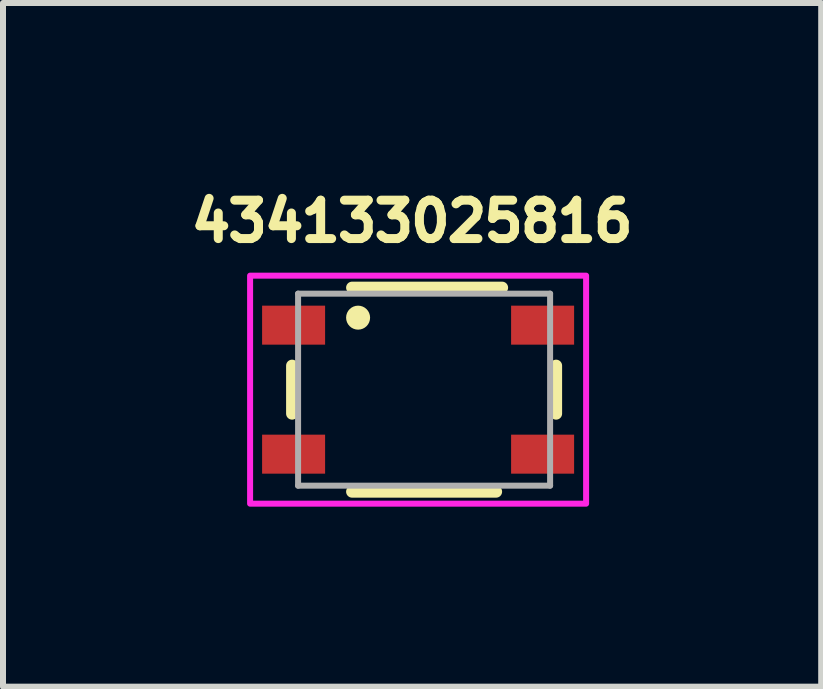
<source format=kicad_pcb>
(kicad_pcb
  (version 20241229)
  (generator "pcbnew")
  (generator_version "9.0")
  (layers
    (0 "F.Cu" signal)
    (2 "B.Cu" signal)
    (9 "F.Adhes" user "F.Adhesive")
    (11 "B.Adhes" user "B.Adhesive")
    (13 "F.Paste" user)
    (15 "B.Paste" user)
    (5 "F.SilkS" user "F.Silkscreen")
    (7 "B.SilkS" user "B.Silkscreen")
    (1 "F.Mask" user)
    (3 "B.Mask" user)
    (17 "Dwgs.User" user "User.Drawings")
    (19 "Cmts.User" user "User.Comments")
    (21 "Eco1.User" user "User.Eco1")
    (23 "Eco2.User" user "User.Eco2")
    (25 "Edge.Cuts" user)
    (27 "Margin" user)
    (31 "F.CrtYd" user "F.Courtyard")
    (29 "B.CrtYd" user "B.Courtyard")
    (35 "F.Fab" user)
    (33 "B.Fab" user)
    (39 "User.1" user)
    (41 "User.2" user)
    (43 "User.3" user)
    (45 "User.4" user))
  (footprint "434133025816"
    (layer "F.Cu")
    (at 3.918 3.444)
    (property "Reference" "434133025816" (at -0.1 -2.806 0) (layer "F.SilkS") (effects (font (size 0.64 0.64) (thickness 0.15))))
    (attr smd)
    (fp_line (start -2.1 -0.4) (end -2.1 0.4) (stroke (width 0.2) (type solid)) (layer "F.SilkS"))
    (fp_line (start -1.1 -1.7) (end 1.4 -1.7) (stroke (width 0.2) (type solid)) (layer "F.SilkS"))
    (fp_line (start -1.1 1.7) (end 1.3 1.7) (stroke (width 0.2) (type solid)) (layer "F.SilkS"))
    (fp_line (start 2.3 -0.4) (end 2.3 0.4) (stroke (width 0.2) (type solid)) (layer "F.SilkS"))
    (fp_circle (center -1 -1.2) (end -0.9 -1.2) (stroke (width 0.2) (type solid)) (fill no) (layer "F.SilkS"))
    (fp_poly (pts (xy -2.8 -1.9) (xy 2.8 -1.9) (xy 2.8 1.9) (xy -2.8 1.9)) (stroke (width 0.1) (type solid)) (fill no) (layer "F.CrtYd"))
    (fp_line (start -2 -1.6) (end 2.2 -1.6) (stroke (width 0.1) (type solid)) (layer "F.Fab"))
    (fp_line (start -2 1.6) (end -2 -1.6) (stroke (width 0.1) (type solid)) (layer "F.Fab"))
    (fp_line (start 2.2 -1.6) (end 2.2 1.6) (stroke (width 0.1) (type solid)) (layer "F.Fab"))
    (fp_line (start 2.2 1.6) (end -2 1.6) (stroke (width 0.1) (type solid)) (layer "F.Fab"))
    (pad "1" smd rect (at -2.075 -1.075) (size 1.05 0.65) (layers "F.Cu" "F.Mask" "F.Paste"))
    (pad "2" smd rect (at 2.075 -1.075) (size 1.05 0.65) (layers "F.Cu" "F.Mask" "F.Paste"))
    (pad "3" smd rect (at -2.075 1.075) (size 1.05 0.65) (layers "F.Cu" "F.Mask" "F.Paste"))
    (pad "4" smd rect (at 2.075 1.075) (size 1.05 0.65) (layers "F.Cu" "F.Mask" "F.Paste")))
  (gr_rect
    (start -3 -3)
    (end 10.636 8.394)
    (stroke (width 0.1) (type default))
    (fill no)
    (layer "Edge.Cuts")))
</source>
